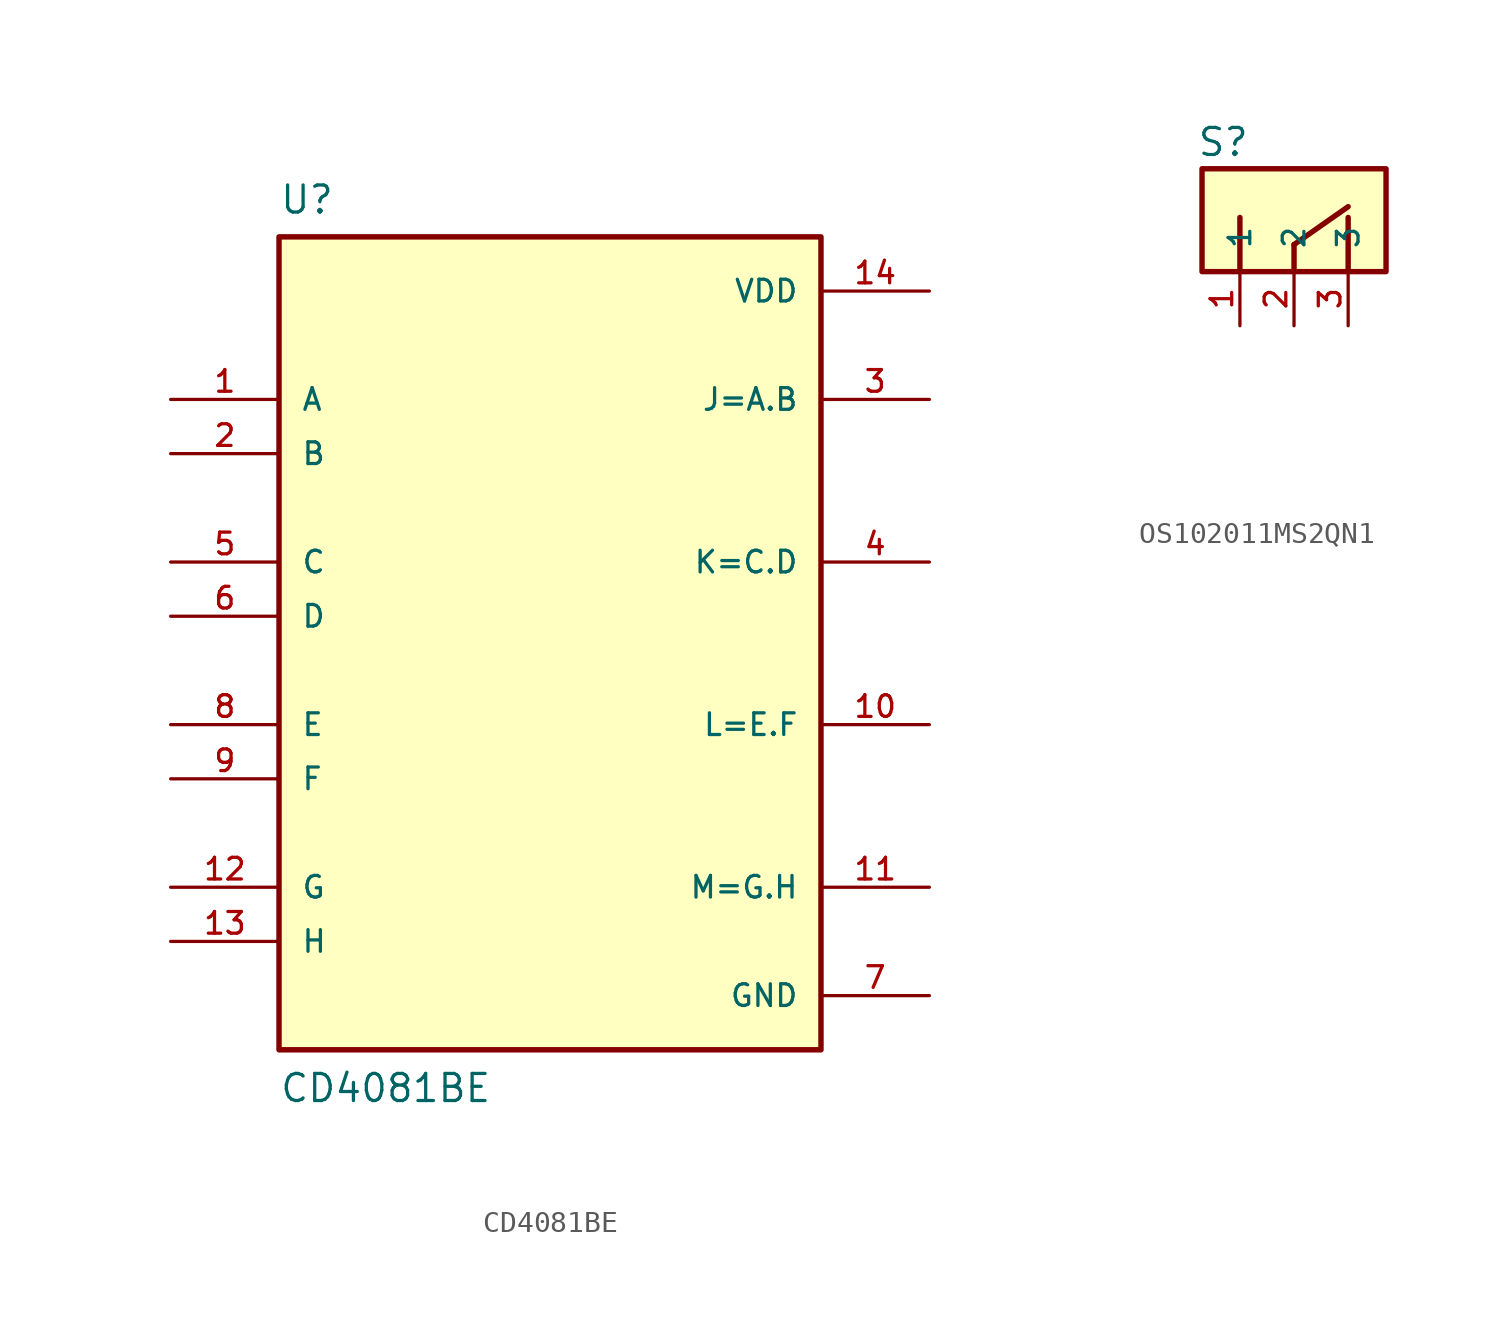
<source format=kicad_sym>
(kicad_symbol_lib
  (version 20231120)
  (generator "kicad_symbol_editor")
  (generator_version "8.0")
  (symbol "CD4081BE"
    (pin_names
      (offset 1.016))
    (property "Reference" "U"
      (at -12.7 18.78 0)
      (effects (font (size 1.27 1.27)) (justify left bottom)))
    (property "Value" "CD4081BE"
      (at -12.7 -22.86 0)
      (effects (font (size 1.27 1.27)) (justify left bottom)))
    (symbol "CD4081BE_0_0"
      (rectangle (start -12.7 17.78) (end 12.7 -20.32) (stroke (width 0.254) (type default)) (fill (type background)))
      (pin input line (at -17.78 10.16 0) (length 5.08) (name "A" (effects (font (size 1.016 1.016)))) (number "1" (effects (font (size 1.016 1.016)))))
      (pin output line (at 17.78 -5.08 180) (length 5.08) (name "L=E.F" (effects (font (size 1.016 1.016)))) (number "10" (effects (font (size 1.016 1.016)))))
      (pin output line (at 17.78 -12.7 180) (length 5.08) (name "M=G.H" (effects (font (size 1.016 1.016)))) (number "11" (effects (font (size 1.016 1.016)))))
      (pin input line (at -17.78 -12.7 0) (length 5.08) (name "G" (effects (font (size 1.016 1.016)))) (number "12" (effects (font (size 1.016 1.016)))))
      (pin input line (at -17.78 -15.24 0) (length 5.08) (name "H" (effects (font (size 1.016 1.016)))) (number "13" (effects (font (size 1.016 1.016)))))
      (pin power_in line (at 17.78 15.24 180) (length 5.08) (name "VDD" (effects (font (size 1.016 1.016)))) (number "14" (effects (font (size 1.016 1.016)))))
      (pin input line (at -17.78 7.62 0) (length 5.08) (name "B" (effects (font (size 1.016 1.016)))) (number "2" (effects (font (size 1.016 1.016)))))
      (pin output line (at 17.78 10.16 180) (length 5.08) (name "J=A.B" (effects (font (size 1.016 1.016)))) (number "3" (effects (font (size 1.016 1.016)))))
      (pin output line (at 17.78 2.54 180) (length 5.08) (name "K=C.D" (effects (font (size 1.016 1.016)))) (number "4" (effects (font (size 1.016 1.016)))))
      (pin input line (at -17.78 2.54 0) (length 5.08) (name "C" (effects (font (size 1.016 1.016)))) (number "5" (effects (font (size 1.016 1.016)))))
      (pin input line (at -17.78 0 0) (length 5.08) (name "D" (effects (font (size 1.016 1.016)))) (number "6" (effects (font (size 1.016 1.016)))))
      (pin power_in line (at 17.78 -17.78 180) (length 5.08) (name "GND" (effects (font (size 1.016 1.016)))) (number "7" (effects (font (size 1.016 1.016)))))
      (pin input line (at -17.78 -5.08 0) (length 5.08) (name "E" (effects (font (size 1.016 1.016)))) (number "8" (effects (font (size 1.016 1.016)))))
      (pin input line (at -17.78 -7.62 0) (length 5.08) (name "F" (effects (font (size 1.016 1.016)))) (number "9" (effects (font (size 1.016 1.016)))))))
  (symbol "OS102011MS2QN1"
    (pin_names
      (offset 1.016))
    (property "Reference" "S"
      (at -4.572 7.874 0)
      (effects (font (size 1.27 1.27)) (justify left bottom)))
    (property "Value" ""
      (at -7.874 -7.112 0)
      (effects (font (size 1.27 1.27)) (justify left bottom)))
    (symbol "OS102011MS2QN1_0_0"
      (rectangle (start -4.318 7.366) (end 4.318 2.54) (stroke (width 0.254) (type default)) (fill (type background)))
      (polyline (pts (xy -2.54 2.54) (xy -2.54 5.08)) (stroke (width 0.254) (type default)) (fill (type none)))
      (polyline (pts (xy 0 2.54) (xy 0 3.81)) (stroke (width 0.254) (type default)) (fill (type none)))
      (polyline (pts (xy 0 3.81) (xy 2.54 5.588)) (stroke (width 0.254) (type default)) (fill (type none)))
      (polyline (pts (xy 2.54 2.54) (xy 2.54 5.08)) (stroke (width 0.254) (type default)) (fill (type none)))
      (pin passive line (at -2.54 0 90) (length 2.54) (name "1" (effects (font (size 1.016 1.016)))) (number "1" (effects (font (size 1.016 1.016)))))
      (pin passive line (at 0 0 90) (length 2.54) (name "2" (effects (font (size 1.016 1.016)))) (number "2" (effects (font (size 1.016 1.016)))))
      (pin passive line (at 2.54 0 90) (length 2.54) (name "3" (effects (font (size 1.016 1.016)))) (number "3" (effects (font (size 1.016 1.016))))))))
</source>
